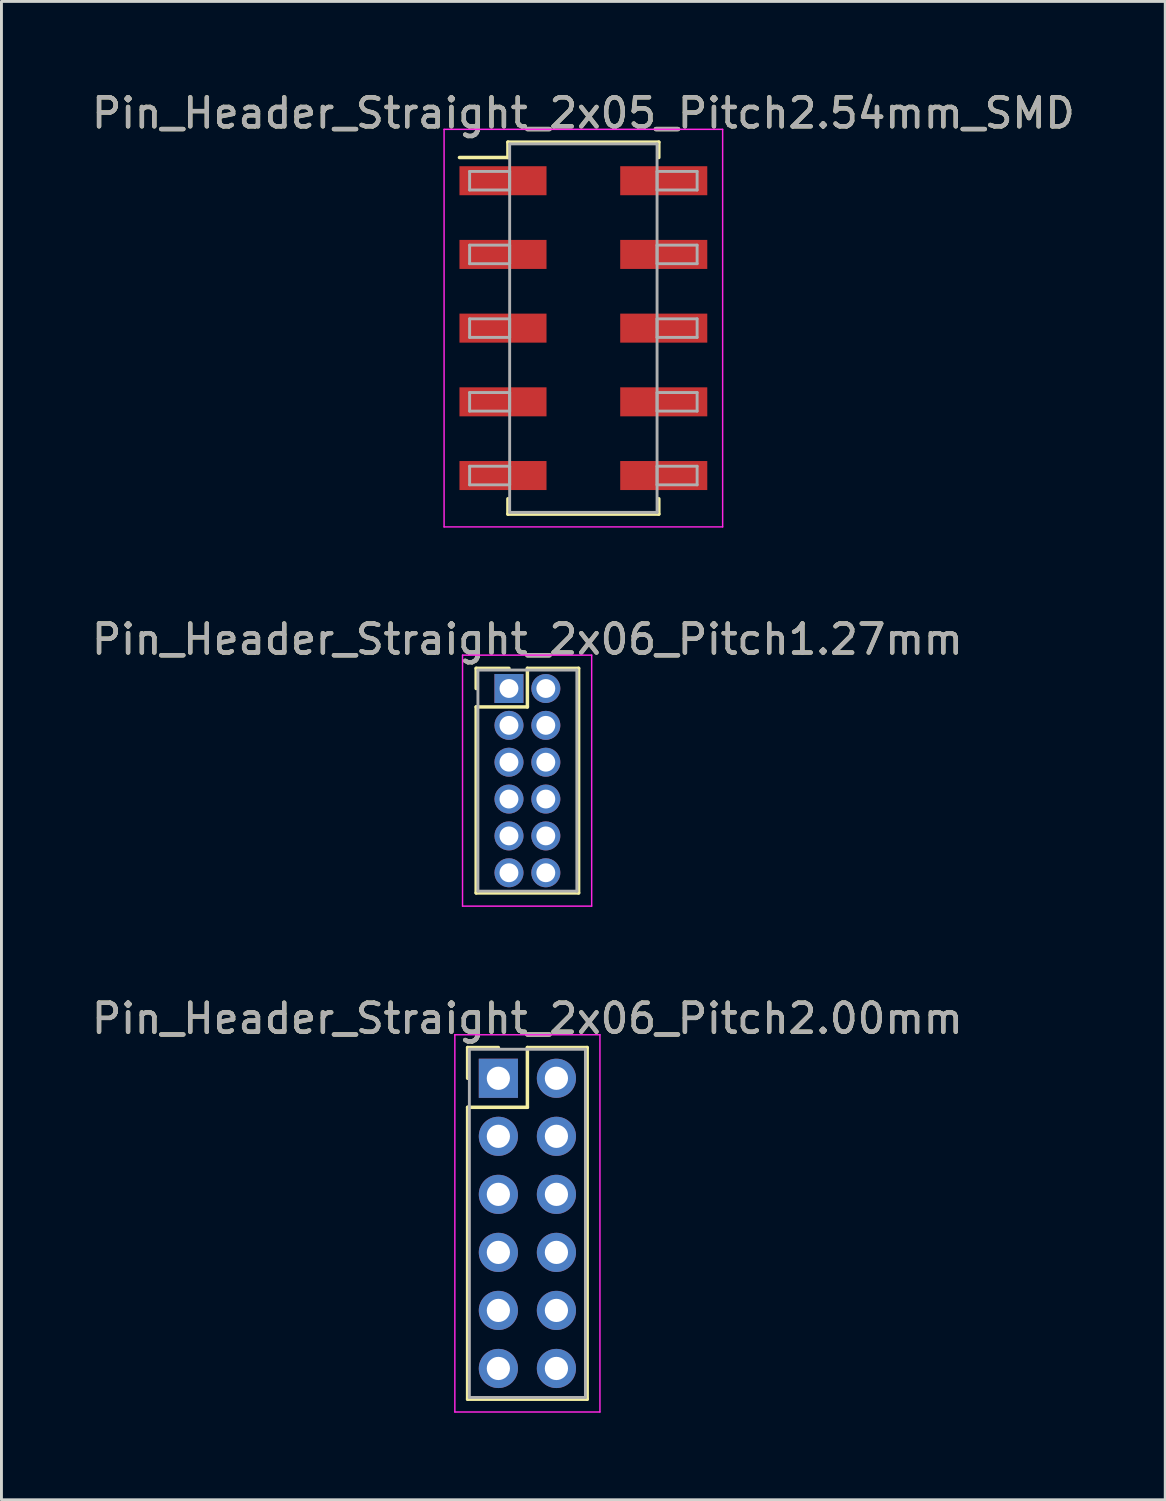
<source format=kicad_pcb>
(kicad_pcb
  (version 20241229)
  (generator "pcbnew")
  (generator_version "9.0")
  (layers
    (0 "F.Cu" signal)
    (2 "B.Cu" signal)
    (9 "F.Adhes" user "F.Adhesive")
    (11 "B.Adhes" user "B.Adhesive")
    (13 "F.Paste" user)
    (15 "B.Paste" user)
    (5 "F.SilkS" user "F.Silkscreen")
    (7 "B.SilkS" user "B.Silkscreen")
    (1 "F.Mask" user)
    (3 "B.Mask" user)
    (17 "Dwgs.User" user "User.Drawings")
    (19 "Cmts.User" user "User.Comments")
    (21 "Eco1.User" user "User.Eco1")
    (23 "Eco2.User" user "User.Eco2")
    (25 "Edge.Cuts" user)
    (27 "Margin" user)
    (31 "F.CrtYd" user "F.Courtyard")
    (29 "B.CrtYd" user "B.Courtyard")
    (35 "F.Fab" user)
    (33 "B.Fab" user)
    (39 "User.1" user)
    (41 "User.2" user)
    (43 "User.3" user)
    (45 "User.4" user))
  (footprint "Pin_Header_Straight_2x06_Pitch1.27mm"
    (layer "F.Cu")
    (at 14.49 20.677)
    (property "Reference" "Pin_Header_Straight_2x06_Pitch1.27mm" (at 0.635 -1.695 0) (layer "F.SilkS") (effects (font (size 1 1) (thickness 0.15))))
    (attr through_hole)
    (fp_line (start -1.13 -0.695) (end 0 -0.695) (stroke (width 0.12) (type solid)) (layer "F.SilkS"))
    (fp_line (start -1.13 0) (end -1.13 -0.695) (stroke (width 0.12) (type solid)) (layer "F.SilkS"))
    (fp_line (start -1.13 0.635) (end -1.13 7.045) (stroke (width 0.12) (type solid)) (layer "F.SilkS"))
    (fp_line (start -1.13 7.045) (end 2.4 7.045) (stroke (width 0.12) (type solid)) (layer "F.SilkS"))
    (fp_line (start 0.635 -0.695) (end 0.635 0.635) (stroke (width 0.12) (type solid)) (layer "F.SilkS"))
    (fp_line (start 0.635 0.635) (end -1.13 0.635) (stroke (width 0.12) (type solid)) (layer "F.SilkS"))
    (fp_line (start 2.4 -0.695) (end 0.635 -0.695) (stroke (width 0.12) (type solid)) (layer "F.SilkS"))
    (fp_line (start 2.4 7.045) (end 2.4 -0.695) (stroke (width 0.12) (type solid)) (layer "F.SilkS"))
    (fp_line (start -1.6 -1.15) (end -1.6 7.5) (stroke (width 0.05) (type solid)) (layer "F.CrtYd"))
    (fp_line (start -1.6 7.5) (end 2.85 7.5) (stroke (width 0.05) (type solid)) (layer "F.CrtYd"))
    (fp_line (start 2.85 -1.15) (end -1.6 -1.15) (stroke (width 0.05) (type solid)) (layer "F.CrtYd"))
    (fp_line (start 2.85 7.5) (end 2.85 -1.15) (stroke (width 0.05) (type solid)) (layer "F.CrtYd"))
    (fp_line (start -1.07 -0.635) (end -1.07 6.985) (stroke (width 0.1) (type solid)) (layer "F.Fab"))
    (fp_line (start -1.07 6.985) (end 2.34 6.985) (stroke (width 0.1) (type solid)) (layer "F.Fab"))
    (fp_line (start 2.34 -0.635) (end -1.07 -0.635) (stroke (width 0.1) (type solid)) (layer "F.Fab"))
    (fp_line (start 2.34 6.985) (end 2.34 -0.635) (stroke (width 0.1) (type solid)) (layer "F.Fab"))
    (fp_text user "${REFERENCE}" (at 0.635 -1.695 0) (layer "F.Fab") (effects (font (size 1 1) (thickness 0.15))))
    (pad "1" thru_hole rect (at 0 0) (size 1 1) (drill 0.65) (layers "*.Cu" "*.Mask"))
    (pad "2" thru_hole oval (at 1.27 0) (size 1 1) (drill 0.65) (layers "*.Cu" "*.Mask"))
    (pad "3" thru_hole oval (at 0 1.27) (size 1 1) (drill 0.65) (layers "*.Cu" "*.Mask"))
    (pad "4" thru_hole oval (at 1.27 1.27) (size 1 1) (drill 0.65) (layers "*.Cu" "*.Mask"))
    (pad "5" thru_hole oval (at 0 2.54) (size 1 1) (drill 0.65) (layers "*.Cu" "*.Mask"))
    (pad "6" thru_hole oval (at 1.27 2.54) (size 1 1) (drill 0.65) (layers "*.Cu" "*.Mask"))
    (pad "7" thru_hole oval (at 0 3.81) (size 1 1) (drill 0.65) (layers "*.Cu" "*.Mask"))
    (pad "8" thru_hole oval (at 1.27 3.81) (size 1 1) (drill 0.65) (layers "*.Cu" "*.Mask"))
    (pad "9" thru_hole oval (at 0 5.08) (size 1 1) (drill 0.65) (layers "*.Cu" "*.Mask"))
    (pad "10" thru_hole oval (at 1.27 5.08) (size 1 1) (drill 0.65) (layers "*.Cu" "*.Mask"))
    (pad "11" thru_hole oval (at 0 6.35) (size 1 1) (drill 0.65) (layers "*.Cu" "*.Mask"))
    (pad "12" thru_hole oval (at 1.27 6.35) (size 1 1) (drill 0.65) (layers "*.Cu" "*.Mask")))
  (footprint "Pin_Header_Straight_2x05_Pitch2.54mm_SMD"
    (layer "F.Cu")
    (at 17.054 8.258)
    (property "Reference" "Pin_Header_Straight_2x05_Pitch2.54mm_SMD" (at 0 -7.41 0) (layer "F.SilkS") (effects (font (size 1 1) (thickness 0.15))))
    (attr smd)
    (fp_line (start -4.27 -5.88) (end -2.6 -5.88) (stroke (width 0.12) (type solid)) (layer "F.SilkS"))
    (fp_line (start -2.6 -6.41) (end 2.6 -6.41) (stroke (width 0.12) (type solid)) (layer "F.SilkS"))
    (fp_line (start -2.6 -5.88) (end -2.6 -6.41) (stroke (width 0.12) (type solid)) (layer "F.SilkS"))
    (fp_line (start -2.6 5.88) (end -2.6 6.41) (stroke (width 0.12) (type solid)) (layer "F.SilkS"))
    (fp_line (start -2.6 6.41) (end 2.6 6.41) (stroke (width 0.12) (type solid)) (layer "F.SilkS"))
    (fp_line (start 2.6 -6.41) (end 2.6 -5.88) (stroke (width 0.12) (type solid)) (layer "F.SilkS"))
    (fp_line (start 2.6 6.41) (end 2.6 5.88) (stroke (width 0.12) (type solid)) (layer "F.SilkS"))
    (fp_line (start -4.8 -6.85) (end -4.8 6.85) (stroke (width 0.05) (type solid)) (layer "F.CrtYd"))
    (fp_line (start -4.8 6.85) (end 4.8 6.85) (stroke (width 0.05) (type solid)) (layer "F.CrtYd"))
    (fp_line (start 4.8 -6.85) (end -4.8 -6.85) (stroke (width 0.05) (type solid)) (layer "F.CrtYd"))
    (fp_line (start 4.8 6.85) (end 4.8 -6.85) (stroke (width 0.05) (type solid)) (layer "F.CrtYd"))
    (fp_line (start -3.92 -5.4) (end -2.54 -5.4) (stroke (width 0.1) (type solid)) (layer "F.Fab"))
    (fp_line (start -3.92 -4.76) (end -3.92 -5.4) (stroke (width 0.1) (type solid)) (layer "F.Fab"))
    (fp_line (start -3.92 -2.86) (end -2.54 -2.86) (stroke (width 0.1) (type solid)) (layer "F.Fab"))
    (fp_line (start -3.92 -2.22) (end -3.92 -2.86) (stroke (width 0.1) (type solid)) (layer "F.Fab"))
    (fp_line (start -3.92 -0.32) (end -2.54 -0.32) (stroke (width 0.1) (type solid)) (layer "F.Fab"))
    (fp_line (start -3.92 0.32) (end -3.92 -0.32) (stroke (width 0.1) (type solid)) (layer "F.Fab"))
    (fp_line (start -3.92 2.22) (end -2.54 2.22) (stroke (width 0.1) (type solid)) (layer "F.Fab"))
    (fp_line (start -3.92 2.86) (end -3.92 2.22) (stroke (width 0.1) (type solid)) (layer "F.Fab"))
    (fp_line (start -3.92 4.76) (end -2.54 4.76) (stroke (width 0.1) (type solid)) (layer "F.Fab"))
    (fp_line (start -3.92 5.4) (end -3.92 4.76) (stroke (width 0.1) (type solid)) (layer "F.Fab"))
    (fp_line (start -2.54 -6.35) (end -2.54 6.35) (stroke (width 0.1) (type solid)) (layer "F.Fab"))
    (fp_line (start -2.54 -5.4) (end -2.54 -4.76) (stroke (width 0.1) (type solid)) (layer "F.Fab"))
    (fp_line (start -2.54 -4.76) (end -3.92 -4.76) (stroke (width 0.1) (type solid)) (layer "F.Fab"))
    (fp_line (start -2.54 -2.86) (end -2.54 -2.22) (stroke (width 0.1) (type solid)) (layer "F.Fab"))
    (fp_line (start -2.54 -2.22) (end -3.92 -2.22) (stroke (width 0.1) (type solid)) (layer "F.Fab"))
    (fp_line (start -2.54 -0.32) (end -2.54 0.32) (stroke (width 0.1) (type solid)) (layer "F.Fab"))
    (fp_line (start -2.54 0.32) (end -3.92 0.32) (stroke (width 0.1) (type solid)) (layer "F.Fab"))
    (fp_line (start -2.54 2.22) (end -2.54 2.86) (stroke (width 0.1) (type solid)) (layer "F.Fab"))
    (fp_line (start -2.54 2.86) (end -3.92 2.86) (stroke (width 0.1) (type solid)) (layer "F.Fab"))
    (fp_line (start -2.54 4.76) (end -2.54 5.4) (stroke (width 0.1) (type solid)) (layer "F.Fab"))
    (fp_line (start -2.54 5.4) (end -3.92 5.4) (stroke (width 0.1) (type solid)) (layer "F.Fab"))
    (fp_line (start -2.54 6.35) (end 2.54 6.35) (stroke (width 0.1) (type solid)) (layer "F.Fab"))
    (fp_line (start 2.54 -6.35) (end -2.54 -6.35) (stroke (width 0.1) (type solid)) (layer "F.Fab"))
    (fp_line (start 2.54 -5.4) (end 2.54 -4.76) (stroke (width 0.1) (type solid)) (layer "F.Fab"))
    (fp_line (start 2.54 -4.76) (end 3.92 -4.76) (stroke (width 0.1) (type solid)) (layer "F.Fab"))
    (fp_line (start 2.54 -2.86) (end 2.54 -2.22) (stroke (width 0.1) (type solid)) (layer "F.Fab"))
    (fp_line (start 2.54 -2.22) (end 3.92 -2.22) (stroke (width 0.1) (type solid)) (layer "F.Fab"))
    (fp_line (start 2.54 -0.32) (end 2.54 0.32) (stroke (width 0.1) (type solid)) (layer "F.Fab"))
    (fp_line (start 2.54 0.32) (end 3.92 0.32) (stroke (width 0.1) (type solid)) (layer "F.Fab"))
    (fp_line (start 2.54 2.22) (end 2.54 2.86) (stroke (width 0.1) (type solid)) (layer "F.Fab"))
    (fp_line (start 2.54 2.86) (end 3.92 2.86) (stroke (width 0.1) (type solid)) (layer "F.Fab"))
    (fp_line (start 2.54 4.76) (end 2.54 5.4) (stroke (width 0.1) (type solid)) (layer "F.Fab"))
    (fp_line (start 2.54 5.4) (end 3.92 5.4) (stroke (width 0.1) (type solid)) (layer "F.Fab"))
    (fp_line (start 2.54 6.35) (end 2.54 -6.35) (stroke (width 0.1) (type solid)) (layer "F.Fab"))
    (fp_line (start 3.92 -5.4) (end 2.54 -5.4) (stroke (width 0.1) (type solid)) (layer "F.Fab"))
    (fp_line (start 3.92 -4.76) (end 3.92 -5.4) (stroke (width 0.1) (type solid)) (layer "F.Fab"))
    (fp_line (start 3.92 -2.86) (end 2.54 -2.86) (stroke (width 0.1) (type solid)) (layer "F.Fab"))
    (fp_line (start 3.92 -2.22) (end 3.92 -2.86) (stroke (width 0.1) (type solid)) (layer "F.Fab"))
    (fp_line (start 3.92 -0.32) (end 2.54 -0.32) (stroke (width 0.1) (type solid)) (layer "F.Fab"))
    (fp_line (start 3.92 0.32) (end 3.92 -0.32) (stroke (width 0.1) (type solid)) (layer "F.Fab"))
    (fp_line (start 3.92 2.22) (end 2.54 2.22) (stroke (width 0.1) (type solid)) (layer "F.Fab"))
    (fp_line (start 3.92 2.86) (end 3.92 2.22) (stroke (width 0.1) (type solid)) (layer "F.Fab"))
    (fp_line (start 3.92 4.76) (end 2.54 4.76) (stroke (width 0.1) (type solid)) (layer "F.Fab"))
    (fp_line (start 3.92 5.4) (end 3.92 4.76) (stroke (width 0.1) (type solid)) (layer "F.Fab"))
    (fp_text user "${REFERENCE}" (at 0 -7.41 0) (layer "F.Fab") (effects (font (size 1 1) (thickness 0.15))))
    (pad "1" smd rect (at -2.77 -5.08) (size 3 1) (layers "F.Cu" "F.Mask" "F.Paste"))
    (pad "2" smd rect (at 2.77 -5.08) (size 3 1) (layers "F.Cu" "F.Mask" "F.Paste"))
    (pad "3" smd rect (at -2.77 -2.54) (size 3 1) (layers "F.Cu" "F.Mask" "F.Paste"))
    (pad "4" smd rect (at 2.77 -2.54) (size 3 1) (layers "F.Cu" "F.Mask" "F.Paste"))
    (pad "5" smd rect (at -2.77 0) (size 3 1) (layers "F.Cu" "F.Mask" "F.Paste"))
    (pad "6" smd rect (at 2.77 0) (size 3 1) (layers "F.Cu" "F.Mask" "F.Paste"))
    (pad "7" smd rect (at -2.77 2.54) (size 3 1) (layers "F.Cu" "F.Mask" "F.Paste"))
    (pad "8" smd rect (at 2.77 2.54) (size 3 1) (layers "F.Cu" "F.Mask" "F.Paste"))
    (pad "9" smd rect (at -2.77 5.08) (size 3 1) (layers "F.Cu" "F.Mask" "F.Paste"))
    (pad "10" smd rect (at 2.77 5.08) (size 3 1) (layers "F.Cu" "F.Mask" "F.Paste")))
  (footprint "Pin_Header_Straight_2x06_Pitch2.00mm"
    (layer "F.Cu")
    (at 14.125 34.11)
    (property "Reference" "Pin_Header_Straight_2x06_Pitch2.00mm" (at 1 -2.06 0) (layer "F.SilkS") (effects (font (size 1 1) (thickness 0.15))))
    (attr through_hole)
    (fp_line (start -1.06 -1.06) (end 0 -1.06) (stroke (width 0.12) (type solid)) (layer "F.SilkS"))
    (fp_line (start -1.06 0) (end -1.06 -1.06) (stroke (width 0.12) (type solid)) (layer "F.SilkS"))
    (fp_line (start -1.06 1) (end -1.06 11.06) (stroke (width 0.12) (type solid)) (layer "F.SilkS"))
    (fp_line (start -1.06 11.06) (end 3.06 11.06) (stroke (width 0.12) (type solid)) (layer "F.SilkS"))
    (fp_line (start 1 -1.06) (end 1 1) (stroke (width 0.12) (type solid)) (layer "F.SilkS"))
    (fp_line (start 1 1) (end -1.06 1) (stroke (width 0.12) (type solid)) (layer "F.SilkS"))
    (fp_line (start 3.06 -1.06) (end 1 -1.06) (stroke (width 0.12) (type solid)) (layer "F.SilkS"))
    (fp_line (start 3.06 11.06) (end 3.06 -1.06) (stroke (width 0.12) (type solid)) (layer "F.SilkS"))
    (fp_line (start -1.5 -1.5) (end -1.5 11.5) (stroke (width 0.05) (type solid)) (layer "F.CrtYd"))
    (fp_line (start -1.5 11.5) (end 3.5 11.5) (stroke (width 0.05) (type solid)) (layer "F.CrtYd"))
    (fp_line (start 3.5 -1.5) (end -1.5 -1.5) (stroke (width 0.05) (type solid)) (layer "F.CrtYd"))
    (fp_line (start 3.5 11.5) (end 3.5 -1.5) (stroke (width 0.05) (type solid)) (layer "F.CrtYd"))
    (fp_line (start -1 -1) (end -1 11) (stroke (width 0.1) (type solid)) (layer "F.Fab"))
    (fp_line (start -1 11) (end 3 11) (stroke (width 0.1) (type solid)) (layer "F.Fab"))
    (fp_line (start 3 -1) (end -1 -1) (stroke (width 0.1) (type solid)) (layer "F.Fab"))
    (fp_line (start 3 11) (end 3 -1) (stroke (width 0.1) (type solid)) (layer "F.Fab"))
    (fp_text user "${REFERENCE}" (at 1 -2.06 0) (layer "F.Fab") (effects (font (size 1 1) (thickness 0.15))))
    (pad "1" thru_hole rect (at 0 0) (size 1.35 1.35) (drill 0.8) (layers "*.Cu" "*.Mask"))
    (pad "2" thru_hole oval (at 2 0) (size 1.35 1.35) (drill 0.8) (layers "*.Cu" "*.Mask"))
    (pad "3" thru_hole oval (at 0 2) (size 1.35 1.35) (drill 0.8) (layers "*.Cu" "*.Mask"))
    (pad "4" thru_hole oval (at 2 2) (size 1.35 1.35) (drill 0.8) (layers "*.Cu" "*.Mask"))
    (pad "5" thru_hole oval (at 0 4) (size 1.35 1.35) (drill 0.8) (layers "*.Cu" "*.Mask"))
    (pad "6" thru_hole oval (at 2 4) (size 1.35 1.35) (drill 0.8) (layers "*.Cu" "*.Mask"))
    (pad "7" thru_hole oval (at 0 6) (size 1.35 1.35) (drill 0.8) (layers "*.Cu" "*.Mask"))
    (pad "8" thru_hole oval (at 2 6) (size 1.35 1.35) (drill 0.8) (layers "*.Cu" "*.Mask"))
    (pad "9" thru_hole oval (at 0 8) (size 1.35 1.35) (drill 0.8) (layers "*.Cu" "*.Mask"))
    (pad "10" thru_hole oval (at 2 8) (size 1.35 1.35) (drill 0.8) (layers "*.Cu" "*.Mask"))
    (pad "11" thru_hole oval (at 0 10) (size 1.35 1.35) (drill 0.8) (layers "*.Cu" "*.Mask"))
    (pad "12" thru_hole oval (at 2 10) (size 1.35 1.35) (drill 0.8) (layers "*.Cu" "*.Mask")))
  (gr_rect
    (start -3 -3)
    (end 37.107 48.635)
    (stroke (width 0.1) (type default))
    (fill no)
    (layer "Edge.Cuts")))
</source>
